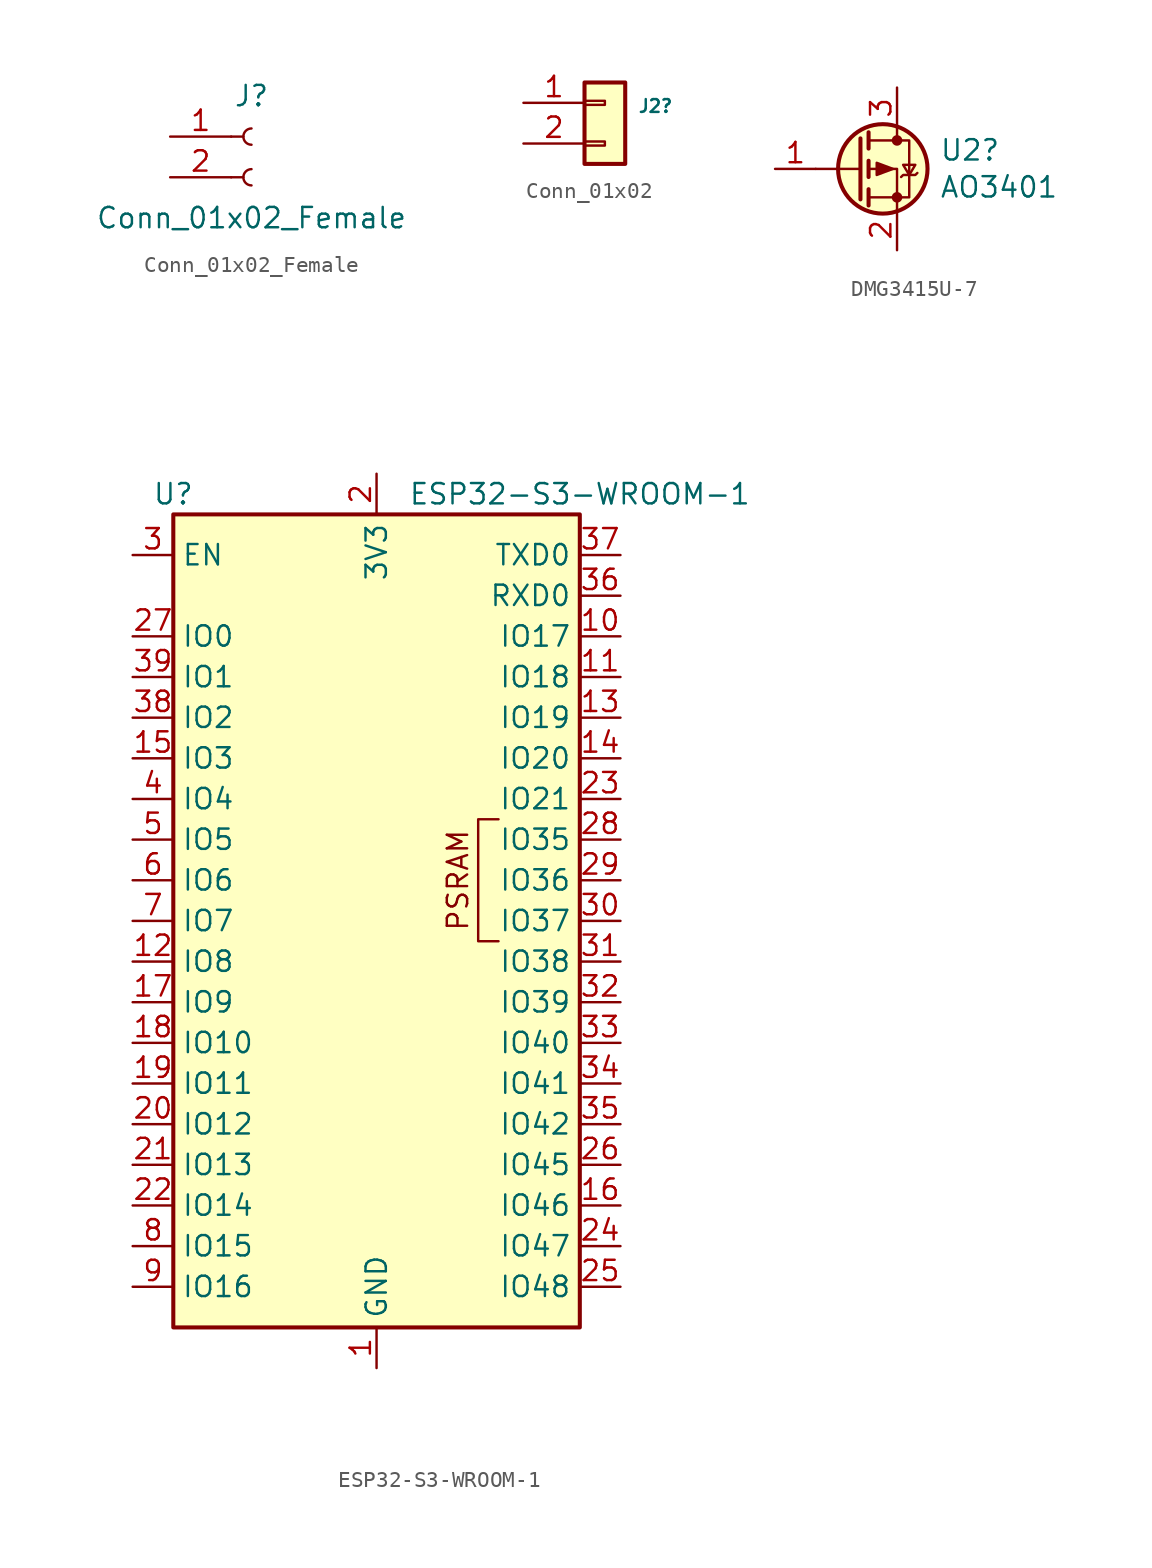
<source format=kicad_sym>
(kicad_symbol_lib
  (version 20241209)
  (generator "kicad_symbol_editor")
  (generator_version "9.0")
  (symbol "Conn_01x02_Female"
    (pin_names
      (offset 1.016)
      (hide yes))
    (property "Reference" "J"
      (at 0 2.54 0)
      (effects (font (size 1.27 1.27))))
    (property "Value" "Conn_01x02_Female"
      (at 0 -5.08 0)
      (effects (font (size 1.27 1.27))))
    (symbol "Conn_01x02_Female_1_1"
      (polyline (pts (xy -1.27 0) (xy -0.508 0)) (stroke (width 0.152) (type default)) (fill (type none)))
      (polyline (pts (xy -1.27 -2.54) (xy -0.508 -2.54)) (stroke (width 0.152) (type default)) (fill (type none)))
      (arc (start 0 -0.508) (mid -0.5058 0) (end 0 0.508) (stroke (width 0.1524) (type default)) (fill (type none)))
      (arc (start 0 -3.048) (mid -0.5058 -2.54) (end 0 -2.032) (stroke (width 0.1524) (type default)) (fill (type none)))
      (pin passive line (at -5.08 0 0) (length 3.81) (name "Pin_1" (effects (font (size 1.27 1.27)))) (number "1" (effects (font (size 1.27 1.27)))))
      (pin passive line (at -5.08 -2.54 0) (length 3.81) (name "Pin_2" (effects (font (size 1.27 1.27)))) (number "2" (effects (font (size 1.27 1.27)))))))
  (symbol "Conn_01x02"
    (pin_names
      (offset 1.016)
      (hide yes))
    (property "Reference" "J2"
      (at 2.032 -0.203 0)
      (effects (font (size 0.8 0.8)) (justify left)))
    (symbol "Conn_01x02_1_1"
      (rectangle (start -1.27 1.27) (end 1.27 -3.81) (stroke (width 0.254) (type default)) (fill (type background)))
      (rectangle (start -1.27 0.127) (end 0 -0.127) (stroke (width 0.152) (type default)) (fill (type none)))
      (rectangle (start -1.27 -2.413) (end 0 -2.667) (stroke (width 0.152) (type default)) (fill (type none)))
      (pin passive line (at -5.08 0 0) (length 3.81) (name "Pin_1" (effects (font (size 1.27 1.27)))) (number "1" (effects (font (size 1.27 1.27)))))
      (pin passive line (at -5.08 -2.54 0) (length 3.81) (name "Pin_2" (effects (font (size 1.27 1.27)))) (number "2" (effects (font (size 1.27 1.27)))))))
  (symbol "DMG3415U-7"
    (pin_names
      (offset 0)
      (hide yes))
    (property "Reference" "U2"
      (at 5.182 1.168 0)
      (effects (font (size 1.27 1.27)) (justify left)))
    (property "Value" "AO3401"
      (at 5.182 -1.143 0)
      (effects (font (size 1.27 1.27)) (justify left)))
    (symbol "DMG3415U-7_0_1"
      (polyline (pts (xy 0.254 1.905) (xy 0.254 -1.905)) (stroke (width 0.254) (type default)) (fill (type none)))
      (polyline (pts (xy 0.254 0) (xy -2.54 0)) (stroke (width 0) (type default)) (fill (type none)))
      (polyline (pts (xy 0.762 2.286) (xy 0.762 1.27)) (stroke (width 0.254) (type default)) (fill (type none)))
      (polyline (pts (xy 0.762 1.778) (xy 3.302 1.778) (xy 3.302 -1.778) (xy 0.762 -1.778)) (stroke (width 0) (type default)) (fill (type none)))
      (polyline (pts (xy 0.762 0.508) (xy 0.762 -0.508)) (stroke (width 0.254) (type default)) (fill (type none)))
      (polyline (pts (xy 0.762 -1.27) (xy 0.762 -2.286)) (stroke (width 0.254) (type default)) (fill (type none)))
      (polyline (pts (xy 2.286 0) (xy 1.27 0.381) (xy 1.27 -0.381) (xy 2.286 0)) (stroke (width 0) (type default)) (fill (type outline)))
      (polyline (pts (xy 2.54 2.54) (xy 2.54 1.778)) (stroke (width 0) (type default)) (fill (type none)))
      (circle (center 2.54 1.778) (radius 0.254) (stroke (width 0) (type default)) (fill (type outline)))
      (circle (center 2.54 -1.778) (radius 0.254) (stroke (width 0) (type default)) (fill (type outline)))
      (polyline (pts (xy 2.54 -2.54) (xy 2.54 0) (xy 0.762 0)) (stroke (width 0) (type default)) (fill (type none)))
      (polyline (pts (xy 2.794 -0.508) (xy 2.921 -0.381) (xy 3.683 -0.381) (xy 3.81 -0.254)) (stroke (width 0) (type default)) (fill (type none)))
      (polyline (pts (xy 3.302 -0.381) (xy 2.921 0.254) (xy 3.683 0.254) (xy 3.302 -0.381)) (stroke (width 0) (type default)) (fill (type none))))
    (symbol "DMG3415U-7_1_1"
      (circle (center 1.651 0) (radius 2.794) (stroke (width 0.254) (type default)) (fill (type background)))
      (pin input line (at -5.08 0 0) (length 2.54) (name "G" (effects (font (size 1.27 1.27)))) (number "1" (effects (font (size 1.27 1.27)))))
      (pin passive line (at 2.54 5.08 270) (length 2.54) (name "D" (effects (font (size 1.27 1.27)))) (number "3" (effects (font (size 1.27 1.27)))))
      (pin passive line (at 2.54 -5.08 90) (length 2.54) (name "S" (effects (font (size 1.27 1.27)))) (number "2" (effects (font (size 1.27 1.27)))))))
  (symbol "ESP32-S3-WROOM-1"
    (property "Reference" "U"
      (at -12.7 26.67 0)
      (effects (font (size 1.27 1.27))))
    (property "Value" "ESP32-S3-WROOM-1"
      (at 12.7 26.67 0)
      (effects (font (size 1.27 1.27))))
    (symbol "ESP32-S3-WROOM-1_0_0"
      (rectangle (start -12.7 25.4) (end 12.7 -25.4) (stroke (width 0.254) (type default)) (fill (type background)))
      (text "PSRAM" (at 5.08 2.54 900) (effects (font (size 1.27 1.27)))))
    (symbol "ESP32-S3-WROOM-1_0_1"
      (polyline (pts (xy 7.62 -1.27) (xy 6.35 -1.27) (xy 6.35 6.35) (xy 7.62 6.35)) (stroke (width 0) (type default)) (fill (type none))))
    (symbol "ESP32-S3-WROOM-1_1_1"
      (pin input line (at -15.24 22.86 0) (length 2.54) (name "EN" (effects (font (size 1.27 1.27)))) (number "3" (effects (font (size 1.27 1.27)))))
      (pin bidirectional line (at -15.24 17.78 0) (length 2.54) (name "IO0" (effects (font (size 1.27 1.27)))) (number "27" (effects (font (size 1.27 1.27)))))
      (pin bidirectional line (at -15.24 15.24 0) (length 2.54) (name "IO1" (effects (font (size 1.27 1.27)))) (number "39" (effects (font (size 1.27 1.27)))))
      (pin bidirectional line (at -15.24 12.7 0) (length 2.54) (name "IO2" (effects (font (size 1.27 1.27)))) (number "38" (effects (font (size 1.27 1.27)))))
      (pin bidirectional line (at -15.24 10.16 0) (length 2.54) (name "IO3" (effects (font (size 1.27 1.27)))) (number "15" (effects (font (size 1.27 1.27)))))
      (pin bidirectional line (at -15.24 7.62 0) (length 2.54) (name "IO4" (effects (font (size 1.27 1.27)))) (number "4" (effects (font (size 1.27 1.27)))))
      (pin bidirectional line (at -15.24 5.08 0) (length 2.54) (name "IO5" (effects (font (size 1.27 1.27)))) (number "5" (effects (font (size 1.27 1.27)))))
      (pin bidirectional line (at -15.24 2.54 0) (length 2.54) (name "IO6" (effects (font (size 1.27 1.27)))) (number "6" (effects (font (size 1.27 1.27)))))
      (pin bidirectional line (at -15.24 0 0) (length 2.54) (name "IO7" (effects (font (size 1.27 1.27)))) (number "7" (effects (font (size 1.27 1.27)))))
      (pin bidirectional line (at -15.24 -2.54 0) (length 2.54) (name "IO8" (effects (font (size 1.27 1.27)))) (number "12" (effects (font (size 1.27 1.27)))))
      (pin bidirectional line (at -15.24 -5.08 0) (length 2.54) (name "IO9" (effects (font (size 1.27 1.27)))) (number "17" (effects (font (size 1.27 1.27)))))
      (pin bidirectional line (at -15.24 -7.62 0) (length 2.54) (name "IO10" (effects (font (size 1.27 1.27)))) (number "18" (effects (font (size 1.27 1.27)))))
      (pin bidirectional line (at -15.24 -10.16 0) (length 2.54) (name "IO11" (effects (font (size 1.27 1.27)))) (number "19" (effects (font (size 1.27 1.27)))))
      (pin bidirectional line (at -15.24 -12.7 0) (length 2.54) (name "IO12" (effects (font (size 1.27 1.27)))) (number "20" (effects (font (size 1.27 1.27)))))
      (pin bidirectional line (at -15.24 -15.24 0) (length 2.54) (name "IO13" (effects (font (size 1.27 1.27)))) (number "21" (effects (font (size 1.27 1.27)))))
      (pin bidirectional line (at -15.24 -17.78 0) (length 2.54) (name "IO14" (effects (font (size 1.27 1.27)))) (number "22" (effects (font (size 1.27 1.27)))))
      (pin bidirectional line (at -15.24 -20.32 0) (length 2.54) (name "IO15" (effects (font (size 1.27 1.27)))) (number "8" (effects (font (size 1.27 1.27)))))
      (pin bidirectional line (at -15.24 -22.86 0) (length 2.54) (name "IO16" (effects (font (size 1.27 1.27)))) (number "9" (effects (font (size 1.27 1.27)))))
      (pin power_in line (at 0 27.94 270) (length 2.54) (name "3V3" (effects (font (size 1.27 1.27)))) (number "2" (effects (font (size 1.27 1.27)))))
      (pin power_in line (at 0 -27.94 90) (length 2.54) (name "GND" (effects (font (size 1.27 1.27)))) (number "1" (effects (font (size 1.27 1.27)))))
      (pin passive line (at 0 -27.94 90) (length 2.54) (hide yes) (name "GND" (effects (font (size 1.27 1.27)))) (number "40" (effects (font (size 1.27 1.27)))))
      (pin passive line (at 0 -27.94 90) (length 2.54) (hide yes) (name "GND" (effects (font (size 1.27 1.27)))) (number "41" (effects (font (size 1.27 1.27)))))
      (pin bidirectional line (at 15.24 22.86 180) (length 2.54) (name "TXD0" (effects (font (size 1.27 1.27)))) (number "37" (effects (font (size 1.27 1.27)))))
      (pin bidirectional line (at 15.24 20.32 180) (length 2.54) (name "RXD0" (effects (font (size 1.27 1.27)))) (number "36" (effects (font (size 1.27 1.27)))))
      (pin bidirectional line (at 15.24 17.78 180) (length 2.54) (name "IO17" (effects (font (size 1.27 1.27)))) (number "10" (effects (font (size 1.27 1.27)))))
      (pin bidirectional line (at 15.24 15.24 180) (length 2.54) (name "IO18" (effects (font (size 1.27 1.27)))) (number "11" (effects (font (size 1.27 1.27)))))
      (pin bidirectional line (at 15.24 12.7 180) (length 2.54) (name "IO19" (effects (font (size 1.27 1.27)))) (number "13" (effects (font (size 1.27 1.27)))))
      (pin bidirectional line (at 15.24 10.16 180) (length 2.54) (name "IO20" (effects (font (size 1.27 1.27)))) (number "14" (effects (font (size 1.27 1.27)))))
      (pin bidirectional line (at 15.24 7.62 180) (length 2.54) (name "IO21" (effects (font (size 1.27 1.27)))) (number "23" (effects (font (size 1.27 1.27)))))
      (pin bidirectional line (at 15.24 5.08 180) (length 2.54) (name "IO35" (effects (font (size 1.27 1.27)))) (number "28" (effects (font (size 1.27 1.27)))))
      (pin bidirectional line (at 15.24 2.54 180) (length 2.54) (name "IO36" (effects (font (size 1.27 1.27)))) (number "29" (effects (font (size 1.27 1.27)))))
      (pin bidirectional line (at 15.24 0 180) (length 2.54) (name "IO37" (effects (font (size 1.27 1.27)))) (number "30" (effects (font (size 1.27 1.27)))))
      (pin bidirectional line (at 15.24 -2.54 180) (length 2.54) (name "IO38" (effects (font (size 1.27 1.27)))) (number "31" (effects (font (size 1.27 1.27)))))
      (pin bidirectional line (at 15.24 -5.08 180) (length 2.54) (name "IO39" (effects (font (size 1.27 1.27)))) (number "32" (effects (font (size 1.27 1.27)))))
      (pin bidirectional line (at 15.24 -7.62 180) (length 2.54) (name "IO40" (effects (font (size 1.27 1.27)))) (number "33" (effects (font (size 1.27 1.27)))))
      (pin bidirectional line (at 15.24 -10.16 180) (length 2.54) (name "IO41" (effects (font (size 1.27 1.27)))) (number "34" (effects (font (size 1.27 1.27)))))
      (pin bidirectional line (at 15.24 -12.7 180) (length 2.54) (name "IO42" (effects (font (size 1.27 1.27)))) (number "35" (effects (font (size 1.27 1.27)))))
      (pin bidirectional line (at 15.24 -15.24 180) (length 2.54) (name "IO45" (effects (font (size 1.27 1.27)))) (number "26" (effects (font (size 1.27 1.27)))))
      (pin bidirectional line (at 15.24 -17.78 180) (length 2.54) (name "IO46" (effects (font (size 1.27 1.27)))) (number "16" (effects (font (size 1.27 1.27)))))
      (pin bidirectional line (at 15.24 -20.32 180) (length 2.54) (name "IO47" (effects (font (size 1.27 1.27)))) (number "24" (effects (font (size 1.27 1.27)))))
      (pin bidirectional line (at 15.24 -22.86 180) (length 2.54) (name "IO48" (effects (font (size 1.27 1.27)))) (number "25" (effects (font (size 1.27 1.27))))))))
</source>
